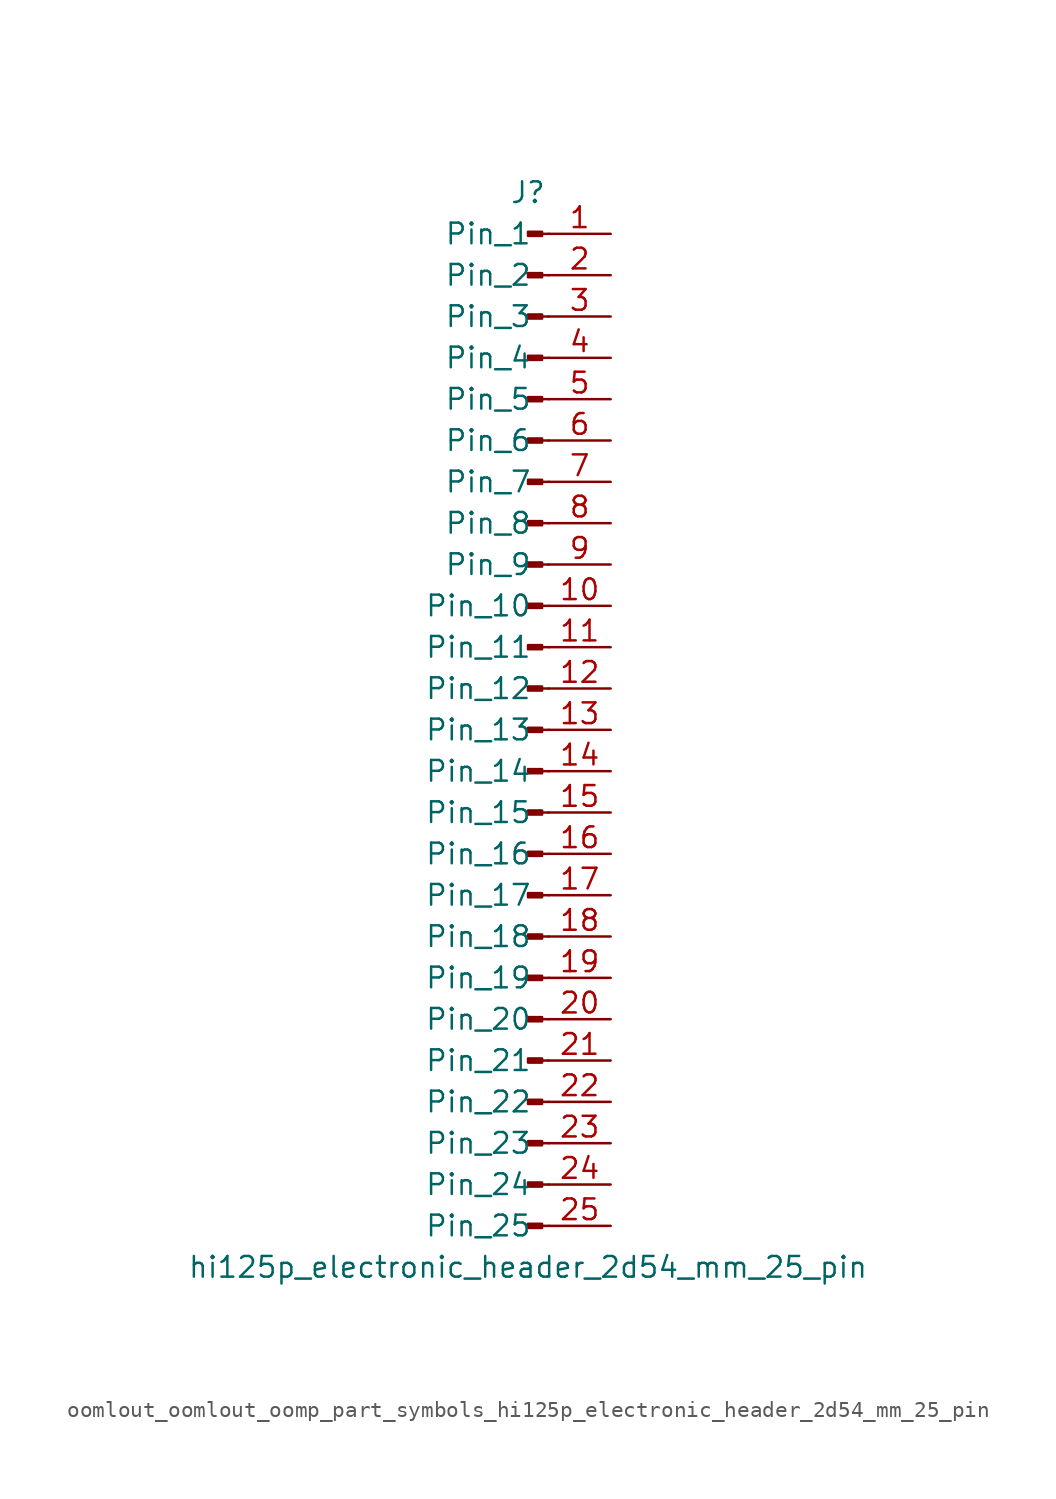
<source format=kicad_sym>
(kicad_symbol_lib
  (version 20220914)
  (generator kicad_symbol_editor)
  (symbol "oomlout_oomlout_oomp_part_symbols_hi125p_electronic_header_2d54_mm_25_pin"
    (pin_names
      (offset 1.016))
    (property "Reference" "J"
      (at 0 33.02 0)
      (effects (font (size 1.27 1.27))))
    (property "Value" "hi125p_electronic_header_2d54_mm_25_pin"
      (at 0 -33.02 0)
      (effects (font (size 1.27 1.27))))
    (property "ki_locked" ""
      (at 0 0 0)
      (effects (font (size 1.27 1.27))))
    (symbol "oomlout_oomlout_oomp_part_symbols_hi125p_electronic_header_2d54_mm_25_pin_1_1"
      (polyline (pts (xy 1.27 -30.48) (xy 0.864 -30.48)) (stroke (width 0.152) (type default)) (fill (type none)))
      (polyline (pts (xy 1.27 -27.94) (xy 0.864 -27.94)) (stroke (width 0.152) (type default)) (fill (type none)))
      (polyline (pts (xy 1.27 -25.4) (xy 0.864 -25.4)) (stroke (width 0.152) (type default)) (fill (type none)))
      (polyline (pts (xy 1.27 -22.86) (xy 0.864 -22.86)) (stroke (width 0.152) (type default)) (fill (type none)))
      (polyline (pts (xy 1.27 -20.32) (xy 0.864 -20.32)) (stroke (width 0.152) (type default)) (fill (type none)))
      (polyline (pts (xy 1.27 -17.78) (xy 0.864 -17.78)) (stroke (width 0.152) (type default)) (fill (type none)))
      (polyline (pts (xy 1.27 -15.24) (xy 0.864 -15.24)) (stroke (width 0.152) (type default)) (fill (type none)))
      (polyline (pts (xy 1.27 -12.7) (xy 0.864 -12.7)) (stroke (width 0.152) (type default)) (fill (type none)))
      (polyline (pts (xy 1.27 -10.16) (xy 0.864 -10.16)) (stroke (width 0.152) (type default)) (fill (type none)))
      (polyline (pts (xy 1.27 -7.62) (xy 0.864 -7.62)) (stroke (width 0.152) (type default)) (fill (type none)))
      (polyline (pts (xy 1.27 -5.08) (xy 0.864 -5.08)) (stroke (width 0.152) (type default)) (fill (type none)))
      (polyline (pts (xy 1.27 -2.54) (xy 0.864 -2.54)) (stroke (width 0.152) (type default)) (fill (type none)))
      (polyline (pts (xy 1.27 0) (xy 0.864 0)) (stroke (width 0.152) (type default)) (fill (type none)))
      (polyline (pts (xy 1.27 2.54) (xy 0.864 2.54)) (stroke (width 0.152) (type default)) (fill (type none)))
      (polyline (pts (xy 1.27 5.08) (xy 0.864 5.08)) (stroke (width 0.152) (type default)) (fill (type none)))
      (polyline (pts (xy 1.27 7.62) (xy 0.864 7.62)) (stroke (width 0.152) (type default)) (fill (type none)))
      (polyline (pts (xy 1.27 10.16) (xy 0.864 10.16)) (stroke (width 0.152) (type default)) (fill (type none)))
      (polyline (pts (xy 1.27 12.7) (xy 0.864 12.7)) (stroke (width 0.152) (type default)) (fill (type none)))
      (polyline (pts (xy 1.27 15.24) (xy 0.864 15.24)) (stroke (width 0.152) (type default)) (fill (type none)))
      (polyline (pts (xy 1.27 17.78) (xy 0.864 17.78)) (stroke (width 0.152) (type default)) (fill (type none)))
      (polyline (pts (xy 1.27 20.32) (xy 0.864 20.32)) (stroke (width 0.152) (type default)) (fill (type none)))
      (polyline (pts (xy 1.27 22.86) (xy 0.864 22.86)) (stroke (width 0.152) (type default)) (fill (type none)))
      (polyline (pts (xy 1.27 25.4) (xy 0.864 25.4)) (stroke (width 0.152) (type default)) (fill (type none)))
      (polyline (pts (xy 1.27 27.94) (xy 0.864 27.94)) (stroke (width 0.152) (type default)) (fill (type none)))
      (polyline (pts (xy 1.27 30.48) (xy 0.864 30.48)) (stroke (width 0.152) (type default)) (fill (type none)))
      (rectangle (start 0.864 -30.353) (end 0 -30.607) (stroke (width 0.152) (type default)) (fill (type outline)))
      (rectangle (start 0.864 -27.813) (end 0 -28.067) (stroke (width 0.152) (type default)) (fill (type outline)))
      (rectangle (start 0.864 -25.273) (end 0 -25.527) (stroke (width 0.152) (type default)) (fill (type outline)))
      (rectangle (start 0.864 -22.733) (end 0 -22.987) (stroke (width 0.152) (type default)) (fill (type outline)))
      (rectangle (start 0.864 -20.193) (end 0 -20.447) (stroke (width 0.152) (type default)) (fill (type outline)))
      (rectangle (start 0.864 -17.653) (end 0 -17.907) (stroke (width 0.152) (type default)) (fill (type outline)))
      (rectangle (start 0.864 -15.113) (end 0 -15.367) (stroke (width 0.152) (type default)) (fill (type outline)))
      (rectangle (start 0.864 -12.573) (end 0 -12.827) (stroke (width 0.152) (type default)) (fill (type outline)))
      (rectangle (start 0.864 -10.033) (end 0 -10.287) (stroke (width 0.152) (type default)) (fill (type outline)))
      (rectangle (start 0.864 -7.493) (end 0 -7.747) (stroke (width 0.152) (type default)) (fill (type outline)))
      (rectangle (start 0.864 -4.953) (end 0 -5.207) (stroke (width 0.152) (type default)) (fill (type outline)))
      (rectangle (start 0.864 -2.413) (end 0 -2.667) (stroke (width 0.152) (type default)) (fill (type outline)))
      (rectangle (start 0.864 0.127) (end 0 -0.127) (stroke (width 0.152) (type default)) (fill (type outline)))
      (rectangle (start 0.864 2.667) (end 0 2.413) (stroke (width 0.152) (type default)) (fill (type outline)))
      (rectangle (start 0.864 5.207) (end 0 4.953) (stroke (width 0.152) (type default)) (fill (type outline)))
      (rectangle (start 0.864 7.747) (end 0 7.493) (stroke (width 0.152) (type default)) (fill (type outline)))
      (rectangle (start 0.864 10.287) (end 0 10.033) (stroke (width 0.152) (type default)) (fill (type outline)))
      (rectangle (start 0.864 12.827) (end 0 12.573) (stroke (width 0.152) (type default)) (fill (type outline)))
      (rectangle (start 0.864 15.367) (end 0 15.113) (stroke (width 0.152) (type default)) (fill (type outline)))
      (rectangle (start 0.864 17.907) (end 0 17.653) (stroke (width 0.152) (type default)) (fill (type outline)))
      (rectangle (start 0.864 20.447) (end 0 20.193) (stroke (width 0.152) (type default)) (fill (type outline)))
      (rectangle (start 0.864 22.987) (end 0 22.733) (stroke (width 0.152) (type default)) (fill (type outline)))
      (rectangle (start 0.864 25.527) (end 0 25.273) (stroke (width 0.152) (type default)) (fill (type outline)))
      (rectangle (start 0.864 28.067) (end 0 27.813) (stroke (width 0.152) (type default)) (fill (type outline)))
      (rectangle (start 0.864 30.607) (end 0 30.353) (stroke (width 0.152) (type default)) (fill (type outline)))
      (pin passive line (at 5.08 30.48 180) (length 3.81) (name "Pin_1" (effects (font (size 1.27 1.27)))) (number "1" (effects (font (size 1.27 1.27)))))
      (pin passive line (at 5.08 7.62 180) (length 3.81) (name "Pin_10" (effects (font (size 1.27 1.27)))) (number "10" (effects (font (size 1.27 1.27)))))
      (pin passive line (at 5.08 5.08 180) (length 3.81) (name "Pin_11" (effects (font (size 1.27 1.27)))) (number "11" (effects (font (size 1.27 1.27)))))
      (pin passive line (at 5.08 2.54 180) (length 3.81) (name "Pin_12" (effects (font (size 1.27 1.27)))) (number "12" (effects (font (size 1.27 1.27)))))
      (pin passive line (at 5.08 0 180) (length 3.81) (name "Pin_13" (effects (font (size 1.27 1.27)))) (number "13" (effects (font (size 1.27 1.27)))))
      (pin passive line (at 5.08 -2.54 180) (length 3.81) (name "Pin_14" (effects (font (size 1.27 1.27)))) (number "14" (effects (font (size 1.27 1.27)))))
      (pin passive line (at 5.08 -5.08 180) (length 3.81) (name "Pin_15" (effects (font (size 1.27 1.27)))) (number "15" (effects (font (size 1.27 1.27)))))
      (pin passive line (at 5.08 -7.62 180) (length 3.81) (name "Pin_16" (effects (font (size 1.27 1.27)))) (number "16" (effects (font (size 1.27 1.27)))))
      (pin passive line (at 5.08 -10.16 180) (length 3.81) (name "Pin_17" (effects (font (size 1.27 1.27)))) (number "17" (effects (font (size 1.27 1.27)))))
      (pin passive line (at 5.08 -12.7 180) (length 3.81) (name "Pin_18" (effects (font (size 1.27 1.27)))) (number "18" (effects (font (size 1.27 1.27)))))
      (pin passive line (at 5.08 -15.24 180) (length 3.81) (name "Pin_19" (effects (font (size 1.27 1.27)))) (number "19" (effects (font (size 1.27 1.27)))))
      (pin passive line (at 5.08 27.94 180) (length 3.81) (name "Pin_2" (effects (font (size 1.27 1.27)))) (number "2" (effects (font (size 1.27 1.27)))))
      (pin passive line (at 5.08 -17.78 180) (length 3.81) (name "Pin_20" (effects (font (size 1.27 1.27)))) (number "20" (effects (font (size 1.27 1.27)))))
      (pin passive line (at 5.08 -20.32 180) (length 3.81) (name "Pin_21" (effects (font (size 1.27 1.27)))) (number "21" (effects (font (size 1.27 1.27)))))
      (pin passive line (at 5.08 -22.86 180) (length 3.81) (name "Pin_22" (effects (font (size 1.27 1.27)))) (number "22" (effects (font (size 1.27 1.27)))))
      (pin passive line (at 5.08 -25.4 180) (length 3.81) (name "Pin_23" (effects (font (size 1.27 1.27)))) (number "23" (effects (font (size 1.27 1.27)))))
      (pin passive line (at 5.08 -27.94 180) (length 3.81) (name "Pin_24" (effects (font (size 1.27 1.27)))) (number "24" (effects (font (size 1.27 1.27)))))
      (pin passive line (at 5.08 -30.48 180) (length 3.81) (name "Pin_25" (effects (font (size 1.27 1.27)))) (number "25" (effects (font (size 1.27 1.27)))))
      (pin passive line (at 5.08 25.4 180) (length 3.81) (name "Pin_3" (effects (font (size 1.27 1.27)))) (number "3" (effects (font (size 1.27 1.27)))))
      (pin passive line (at 5.08 22.86 180) (length 3.81) (name "Pin_4" (effects (font (size 1.27 1.27)))) (number "4" (effects (font (size 1.27 1.27)))))
      (pin passive line (at 5.08 20.32 180) (length 3.81) (name "Pin_5" (effects (font (size 1.27 1.27)))) (number "5" (effects (font (size 1.27 1.27)))))
      (pin passive line (at 5.08 17.78 180) (length 3.81) (name "Pin_6" (effects (font (size 1.27 1.27)))) (number "6" (effects (font (size 1.27 1.27)))))
      (pin passive line (at 5.08 15.24 180) (length 3.81) (name "Pin_7" (effects (font (size 1.27 1.27)))) (number "7" (effects (font (size 1.27 1.27)))))
      (pin passive line (at 5.08 12.7 180) (length 3.81) (name "Pin_8" (effects (font (size 1.27 1.27)))) (number "8" (effects (font (size 1.27 1.27)))))
      (pin passive line (at 5.08 10.16 180) (length 3.81) (name "Pin_9" (effects (font (size 1.27 1.27)))) (number "9" (effects (font (size 1.27 1.27))))))))
</source>
